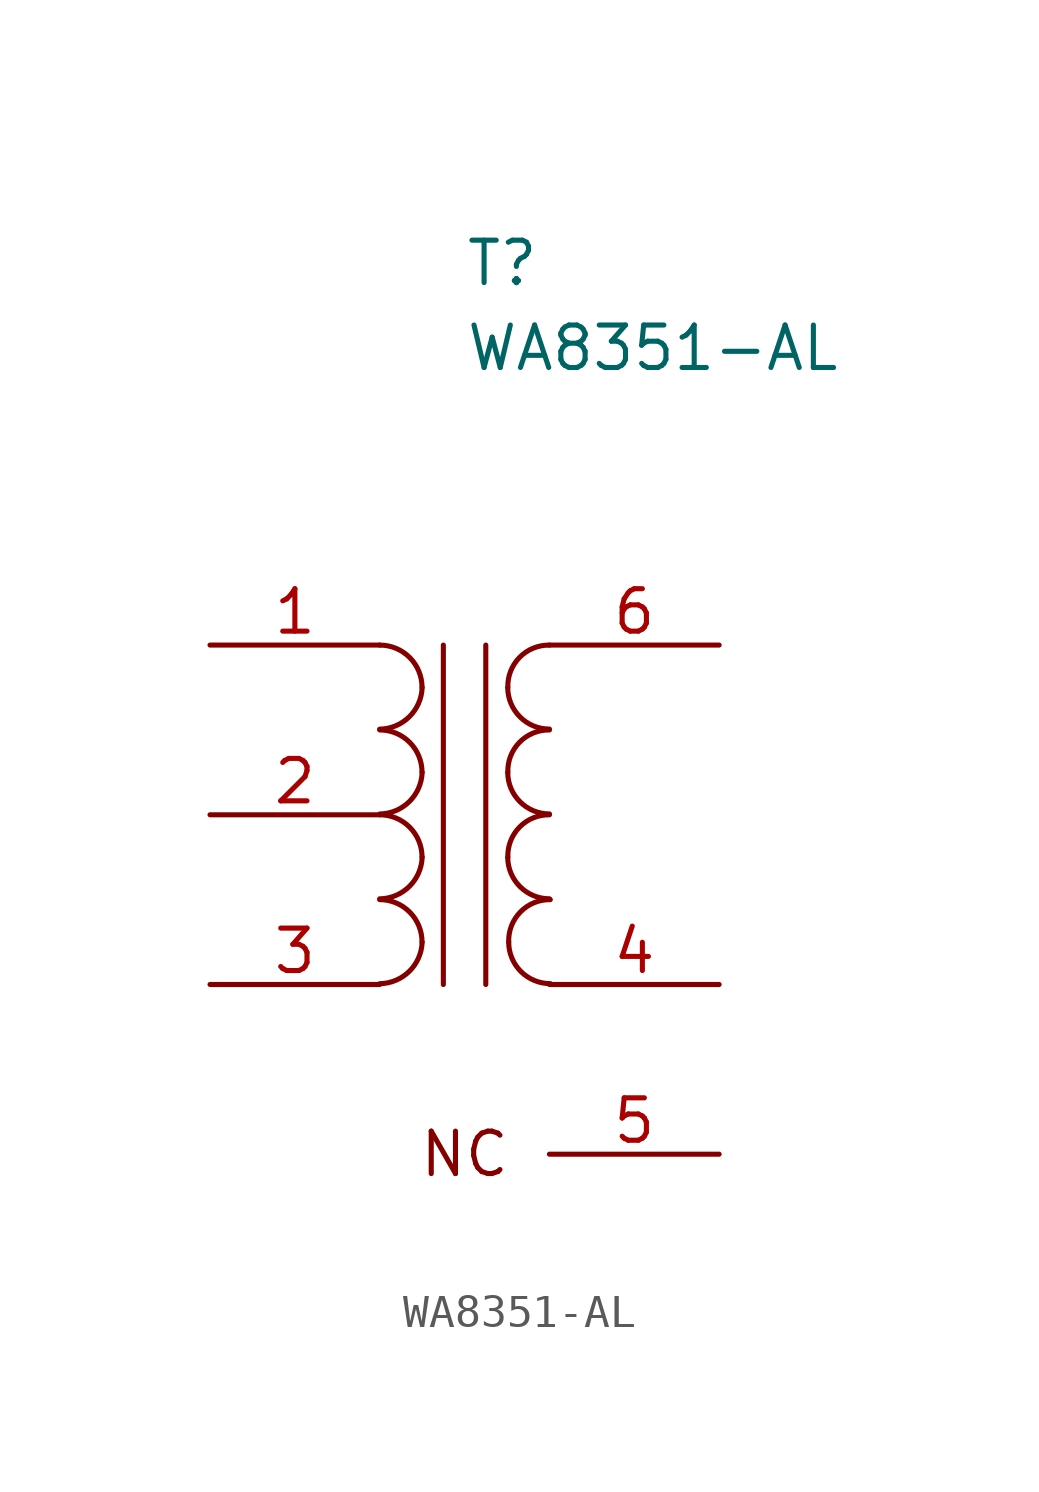
<source format=kicad_sym>
(kicad_symbol_lib
  (version 20211014)
  (generator kicad_symbol_editor)
  (symbol "WA8351-AL"
    (pin_names
      (offset 1.016) hide)
    (property "Reference" "T"
      (at 0 16.51 0)
      (effects (font (size 1.27 1.27)) (justify left)))
    (property "Value" "WA8351-AL"
      (at 0 13.97 0)
      (effects (font (size 1.27 1.27)) (justify left)))
    (symbol "WA8351-AL_0_0"
      (text "NC" (at 0 -10.16 0) (effects (font (size 1.27 1.27)))))
    (symbol "WA8351-AL_0_1"
      (arc (start -2.54 -5.0546) (mid -1.6599 -4.6901) (end -1.27 -3.81) (stroke (width 0) (type default) (color 0 0 0 0)) (fill (type none)))
      (arc (start -2.54 -2.5146) (mid -1.6599 -2.1501) (end -1.27 -1.27) (stroke (width 0) (type default) (color 0 0 0 0)) (fill (type none)))
      (arc (start -2.54 0.0254) (mid -1.6599 0.3899) (end -1.27 1.27) (stroke (width 0) (type default) (color 0 0 0 0)) (fill (type none)))
      (arc (start -2.54 2.5654) (mid -1.6599 2.9299) (end -1.27 3.81) (stroke (width 0) (type default) (color 0 0 0 0)) (fill (type none)))
      (arc (start -1.27 -3.81) (mid -1.642 -2.912) (end -2.54 -2.54) (stroke (width 0) (type default) (color 0 0 0 0)) (fill (type none)))
      (arc (start -1.27 -1.27) (mid -1.642 -0.372) (end -2.54 0) (stroke (width 0) (type default) (color 0 0 0 0)) (fill (type none)))
      (arc (start -1.27 1.27) (mid -1.642 2.168) (end -2.54 2.54) (stroke (width 0) (type default) (color 0 0 0 0)) (fill (type none)))
      (arc (start -1.27 3.81) (mid -1.642 4.708) (end -2.54 5.08) (stroke (width 0) (type default) (color 0 0 0 0)) (fill (type none)))
      (polyline (pts (xy -0.635 5.08) (xy -0.635 -5.08)) (stroke (width 0) (type default) (color 0 0 0 0)) (fill (type none)))
      (polyline (pts (xy 0.635 -5.08) (xy 0.635 5.08)) (stroke (width 0) (type default) (color 0 0 0 0)) (fill (type none)))
      (arc (start 1.2954 -1.27) (mid 1.6599 -2.1501) (end 2.54 -2.5146) (stroke (width 0) (type default) (color 0 0 0 0)) (fill (type none)))
      (arc (start 1.2954 1.27) (mid 1.6599 0.3899) (end 2.54 0.0254) (stroke (width 0) (type default) (color 0 0 0 0)) (fill (type none)))
      (arc (start 1.2954 3.81) (mid 1.6599 2.9299) (end 2.54 2.5654) (stroke (width 0) (type default) (color 0 0 0 0)) (fill (type none)))
      (arc (start 1.3208 -3.81) (mid 1.6853 -4.6901) (end 2.5654 -5.0546) (stroke (width 0) (type default) (color 0 0 0 0)) (fill (type none)))
      (arc (start 2.54 0) (mid 1.642 -0.372) (end 1.2954 -1.27) (stroke (width 0) (type default) (color 0 0 0 0)) (fill (type none)))
      (arc (start 2.54 2.54) (mid 1.642 2.168) (end 1.2954 1.27) (stroke (width 0) (type default) (color 0 0 0 0)) (fill (type none)))
      (arc (start 2.54 5.08) (mid 1.642 4.708) (end 1.2954 3.81) (stroke (width 0) (type default) (color 0 0 0 0)) (fill (type none)))
      (arc (start 2.5654 -2.54) (mid 1.6674 -2.912) (end 1.3208 -3.81) (stroke (width 0) (type default) (color 0 0 0 0)) (fill (type none))))
    (symbol "WA8351-AL_1_1"
      (pin passive line (at -7.62 5.08 0) (length 5.08) (name "PR1" (effects (font (size 1.27 1.27)))) (number "1" (effects (font (size 1.27 1.27)))))
      (pin passive line (at -7.62 0 0) (length 5.08) (name "PM" (effects (font (size 1.27 1.27)))) (number "2" (effects (font (size 1.27 1.27)))))
      (pin passive line (at -7.62 -5.08 0) (length 5.08) (name "PR2" (effects (font (size 1.27 1.27)))) (number "3" (effects (font (size 1.27 1.27)))))
      (pin passive line (at 7.62 -5.08 180) (length 5.08) (name "S1" (effects (font (size 1.27 1.27)))) (number "4" (effects (font (size 1.27 1.27)))))
      (pin passive line (at 7.62 -10.16 180) (length 5.08) (name "NC" (effects (font (size 1.27 1.27)))) (number "5" (effects (font (size 1.27 1.27)))))
      (pin passive line (at 7.62 5.08 180) (length 5.08) (name "S2" (effects (font (size 1.27 1.27)))) (number "6" (effects (font (size 1.27 1.27))))))))
</source>
